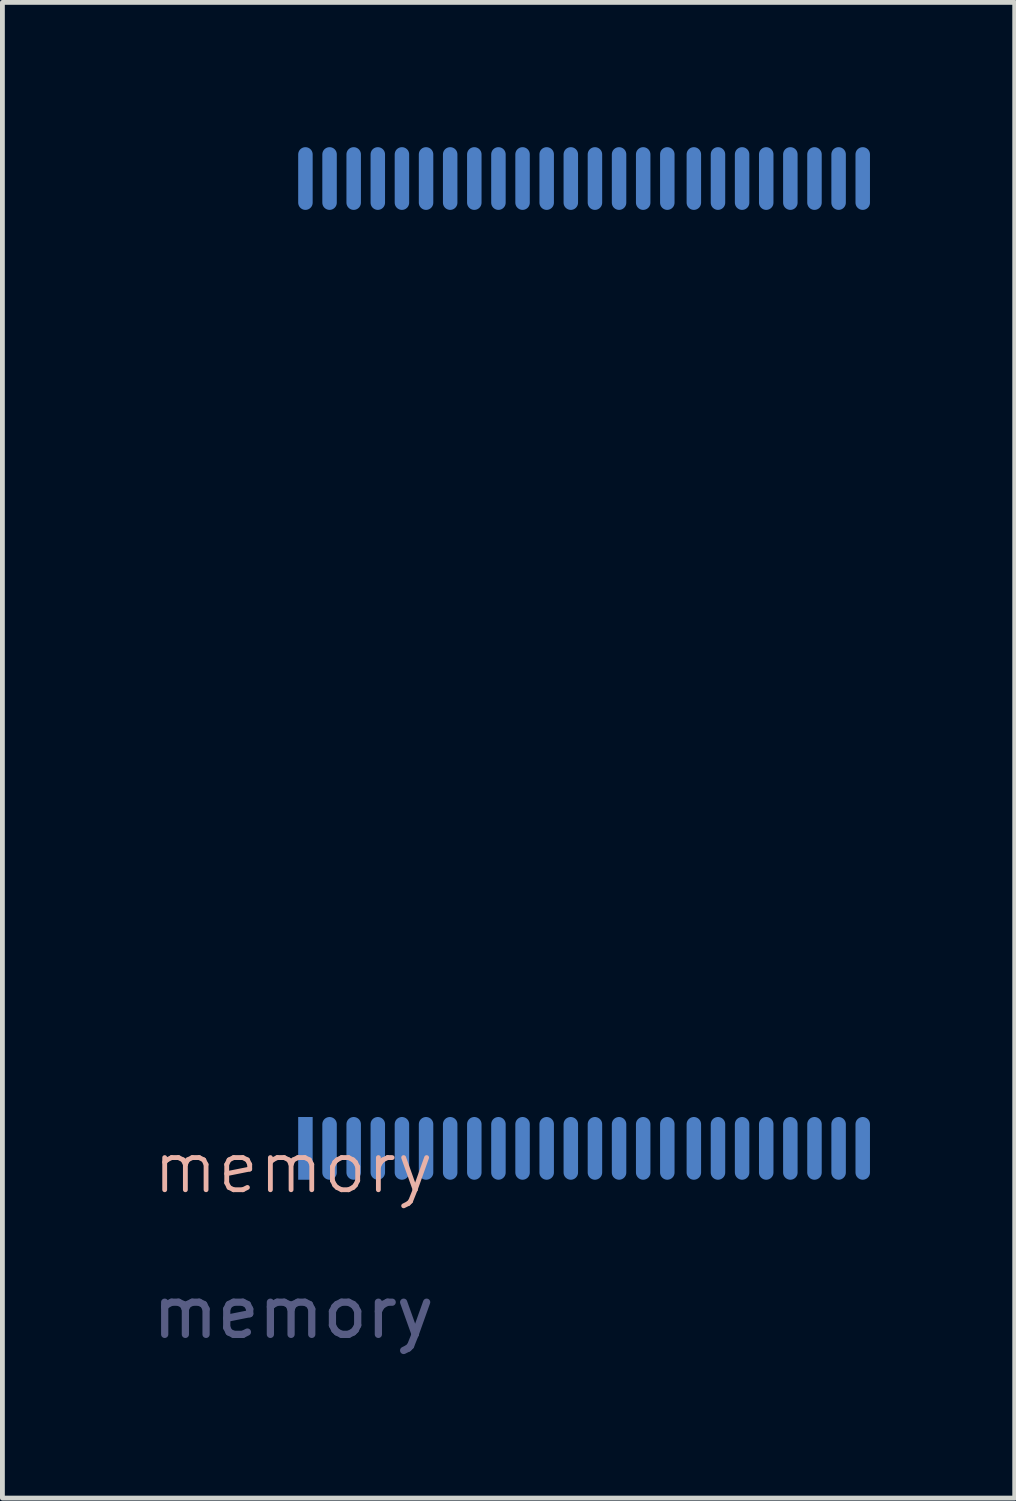
<source format=kicad_pcb>
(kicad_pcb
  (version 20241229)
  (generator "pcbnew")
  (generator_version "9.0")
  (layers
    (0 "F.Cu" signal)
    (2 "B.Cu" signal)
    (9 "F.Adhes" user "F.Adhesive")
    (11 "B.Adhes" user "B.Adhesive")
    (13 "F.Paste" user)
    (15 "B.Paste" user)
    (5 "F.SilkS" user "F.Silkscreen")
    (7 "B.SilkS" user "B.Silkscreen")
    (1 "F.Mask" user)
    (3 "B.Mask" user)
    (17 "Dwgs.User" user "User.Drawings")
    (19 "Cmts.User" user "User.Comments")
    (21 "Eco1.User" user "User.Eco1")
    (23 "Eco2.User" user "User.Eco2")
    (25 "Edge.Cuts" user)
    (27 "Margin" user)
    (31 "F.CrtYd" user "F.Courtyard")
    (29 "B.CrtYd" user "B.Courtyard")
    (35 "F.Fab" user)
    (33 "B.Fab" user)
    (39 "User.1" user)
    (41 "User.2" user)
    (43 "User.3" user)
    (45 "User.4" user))
  (footprint "memory"
    (layer "B.Cu")
    (at 3.03 21.65)
    (property "Reference" "memory" (at 0 -0.5 0) (unlocked yes) (layer "B.SilkS") (effects (font (size 1 1) (thickness 0.1))))
    (attr smd)
    (fp_text user "${REFERENCE}" (at 0 2.5 0) (unlocked yes) (layer "B.Fab") (effects (font (size 1 1) (thickness 0.15))))
    (pad "1" smd rect (at 0.25 -0.9) (size 0.3 1.3) (layers "B.Cu" "B.Mask" "B.Paste"))
    (pad "2" smd oval (at 0.75 -0.9) (size 0.3 1.3) (layers "B.Cu" "B.Mask" "B.Paste"))
    (pad "3" smd oval (at 1.25 -0.9) (size 0.3 1.3) (layers "B.Cu" "B.Mask" "B.Paste"))
    (pad "4" smd oval (at 1.75 -0.9) (size 0.3 1.3) (layers "B.Cu" "B.Mask" "B.Paste"))
    (pad "5" smd oval (at 2.25 -0.9) (size 0.3 1.3) (layers "B.Cu" "B.Mask" "B.Paste"))
    (pad "6" smd oval (at 2.75 -0.9) (size 0.3 1.3) (layers "B.Cu" "B.Mask" "B.Paste"))
    (pad "7" smd oval (at 3.25 -0.9) (size 0.3 1.3) (layers "B.Cu" "B.Mask" "B.Paste"))
    (pad "8" smd oval (at 3.75 -0.9) (size 0.3 1.3) (layers "B.Cu" "B.Mask" "B.Paste"))
    (pad "9" smd oval (at 4.25 -0.9) (size 0.3 1.3) (layers "B.Cu" "B.Mask" "B.Paste"))
    (pad "10" smd oval (at 4.75 -0.9) (size 0.3 1.3) (layers "B.Cu" "B.Mask" "B.Paste"))
    (pad "11" smd oval (at 5.25 -0.9) (size 0.3 1.3) (layers "B.Cu" "B.Mask" "B.Paste"))
    (pad "12" smd oval (at 5.75 -0.9) (size 0.3 1.3) (layers "B.Cu" "B.Mask" "B.Paste"))
    (pad "13" smd oval (at 6.25 -0.9) (size 0.3 1.3) (layers "B.Cu" "B.Mask" "B.Paste"))
    (pad "14" smd oval (at 6.75 -0.9) (size 0.3 1.3) (layers "B.Cu" "B.Mask" "B.Paste"))
    (pad "15" smd oval (at 7.25 -0.9) (size 0.3 1.3) (layers "B.Cu" "B.Mask" "B.Paste"))
    (pad "16" smd oval (at 7.75 -0.9) (size 0.3 1.3) (layers "B.Cu" "B.Mask" "B.Paste"))
    (pad "17" smd oval (at 8.3 -0.9) (size 0.3 1.3) (layers "B.Cu" "B.Mask" "B.Paste"))
    (pad "18" smd oval (at 8.8 -0.9) (size 0.3 1.3) (layers "B.Cu" "B.Mask" "B.Paste"))
    (pad "19" smd oval (at 9.3 -0.9) (size 0.3 1.3) (layers "B.Cu" "B.Mask" "B.Paste"))
    (pad "20" smd oval (at 9.8 -0.9) (size 0.3 1.3) (layers "B.Cu" "B.Mask" "B.Paste"))
    (pad "21" smd oval (at 10.3 -0.9) (size 0.3 1.3) (layers "B.Cu" "B.Mask" "B.Paste"))
    (pad "22" smd oval (at 10.8 -0.9) (size 0.3 1.3) (layers "B.Cu" "B.Mask" "B.Paste"))
    (pad "23" smd oval (at 11.3 -0.9) (size 0.3 1.3) (layers "B.Cu" "B.Mask" "B.Paste"))
    (pad "24" smd oval (at 11.8 -0.9) (size 0.3 1.3) (layers "B.Cu" "B.Mask" "B.Paste"))
    (pad "25" smd oval (at 11.8 -21) (size 0.3 1.3) (layers "B.Cu" "B.Mask" "B.Paste"))
    (pad "26" smd oval (at 11.3 -21) (size 0.3 1.3) (layers "B.Cu" "B.Mask" "B.Paste"))
    (pad "27" smd oval (at 10.8 -21) (size 0.3 1.3) (layers "B.Cu" "B.Mask" "B.Paste"))
    (pad "28" smd oval (at 10.3 -21) (size 0.3 1.3) (layers "B.Cu" "B.Mask" "B.Paste"))
    (pad "29" smd oval (at 9.8 -21) (size 0.3 1.3) (layers "B.Cu" "B.Mask" "B.Paste"))
    (pad "30" smd oval (at 9.3 -21) (size 0.3 1.3) (layers "B.Cu" "B.Mask" "B.Paste"))
    (pad "31" smd oval (at 8.8 -21) (size 0.3 1.3) (layers "B.Cu" "B.Mask" "B.Paste"))
    (pad "32" smd oval (at 8.3 -21) (size 0.3 1.3) (layers "B.Cu" "B.Mask" "B.Paste"))
    (pad "33" smd oval (at 7.75 -21) (size 0.3 1.3) (layers "B.Cu" "B.Mask" "B.Paste"))
    (pad "34" smd oval (at 7.25 -21) (size 0.3 1.3) (layers "B.Cu" "B.Mask" "B.Paste"))
    (pad "35" smd oval (at 6.75 -21) (size 0.3 1.3) (layers "B.Cu" "B.Mask" "B.Paste"))
    (pad "36" smd oval (at 6.25 -21) (size 0.3 1.3) (layers "B.Cu" "B.Mask" "B.Paste"))
    (pad "37" smd oval (at 5.75 -21) (size 0.3 1.3) (layers "B.Cu" "B.Mask" "B.Paste"))
    (pad "38" smd oval (at 5.25 -21) (size 0.3 1.3) (layers "B.Cu" "B.Mask" "B.Paste"))
    (pad "39" smd oval (at 4.75 -21) (size 0.3 1.3) (layers "B.Cu" "B.Mask" "B.Paste"))
    (pad "40" smd oval (at 4.25 -21) (size 0.3 1.3) (layers "B.Cu" "B.Mask" "B.Paste"))
    (pad "41" smd oval (at 3.75 -21) (size 0.3 1.3) (layers "B.Cu" "B.Mask" "B.Paste"))
    (pad "42" smd oval (at 3.25 -21) (size 0.3 1.3) (layers "B.Cu" "B.Mask" "B.Paste"))
    (pad "43" smd oval (at 2.75 -21) (size 0.3 1.3) (layers "B.Cu" "B.Mask" "B.Paste"))
    (pad "44" smd oval (at 2.25 -21) (size 0.3 1.3) (layers "B.Cu" "B.Mask" "B.Paste"))
    (pad "45" smd oval (at 1.75 -21) (size 0.3 1.3) (layers "B.Cu" "B.Mask" "B.Paste"))
    (pad "46" smd oval (at 1.25 -21) (size 0.3 1.3) (layers "B.Cu" "B.Mask" "B.Paste"))
    (pad "47" smd oval (at 0.75 -21) (size 0.3 1.3) (layers "B.Cu" "B.Mask" "B.Paste"))
    (pad "48" smd oval (at 0.25 -21) (size 0.3 1.3) (layers "B.Cu" "B.Mask" "B.Paste")))
  (gr_rect
    (start -3 -3)
    (end 17.98 27.998)
    (stroke (width 0.1) (type default))
    (fill no)
    (layer "Edge.Cuts")))
</source>
